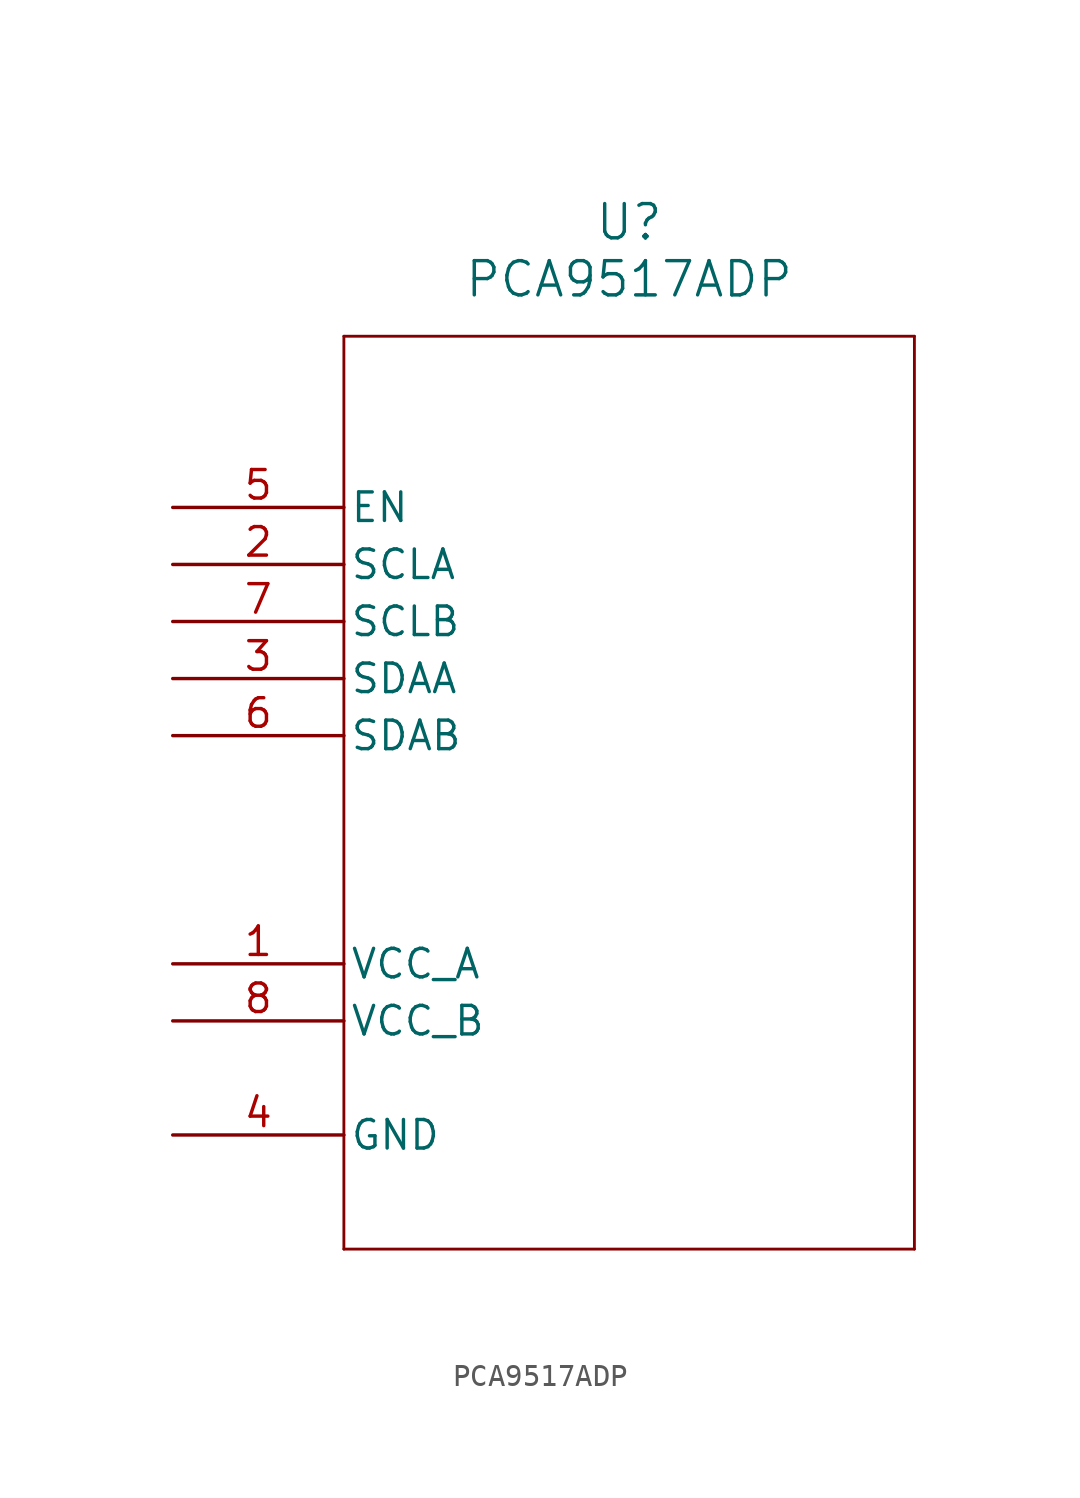
<source format=kicad_sym>
(kicad_symbol_lib
  (version 20211014)
  (generator kicad_symbol_editor)
  (symbol "PCA9517ADP"
    (pin_names
      (offset 0.254))
    (property "Reference" "U"
      (at 20.32 12.7 0)
      (effects (font (size 1.524 1.524))))
    (property "Value" "PCA9517ADP"
      (at 20.32 10.16 0)
      (effects (font (size 1.524 1.524))))
    (symbol "PCA9517ADP_0_1"
      (polyline (pts (xy 7.62 7.62) (xy 7.62 -33.02)) (stroke (width 0.127) (type default) (color 0 0 0 0)) (fill (type none)))
      (polyline (pts (xy 7.62 -33.02) (xy 33.02 -33.02)) (stroke (width 0.127) (type default) (color 0 0 0 0)) (fill (type none)))
      (polyline (pts (xy 33.02 -33.02) (xy 33.02 7.62)) (stroke (width 0.127) (type default) (color 0 0 0 0)) (fill (type none)))
      (polyline (pts (xy 33.02 7.62) (xy 7.62 7.62)) (stroke (width 0.127) (type default) (color 0 0 0 0)) (fill (type none)))
      (pin unspecified line (at 0 -20.32 0) (length 7.62) (name "VCC_A" (effects (font (size 1.27 1.27)))) (number "1" (effects (font (size 1.27 1.27)))))
      (pin unspecified line (at 0 -2.54 0) (length 7.62) (name "SCLA" (effects (font (size 1.27 1.27)))) (number "2" (effects (font (size 1.27 1.27)))))
      (pin unspecified line (at 0 -7.62 0) (length 7.62) (name "SDAA" (effects (font (size 1.27 1.27)))) (number "3" (effects (font (size 1.27 1.27)))))
      (pin unspecified line (at 0 -27.94 0) (length 7.62) (name "GND" (effects (font (size 1.27 1.27)))) (number "4" (effects (font (size 1.27 1.27)))))
      (pin unspecified line (at 0 0 0) (length 7.62) (name "EN" (effects (font (size 1.27 1.27)))) (number "5" (effects (font (size 1.27 1.27)))))
      (pin unspecified line (at 0 -10.16 0) (length 7.62) (name "SDAB" (effects (font (size 1.27 1.27)))) (number "6" (effects (font (size 1.27 1.27)))))
      (pin unspecified line (at 0 -5.08 0) (length 7.62) (name "SCLB" (effects (font (size 1.27 1.27)))) (number "7" (effects (font (size 1.27 1.27)))))
      (pin unspecified line (at 0 -22.86 0) (length 7.62) (name "VCC_B" (effects (font (size 1.27 1.27)))) (number "8" (effects (font (size 1.27 1.27))))))))
</source>
